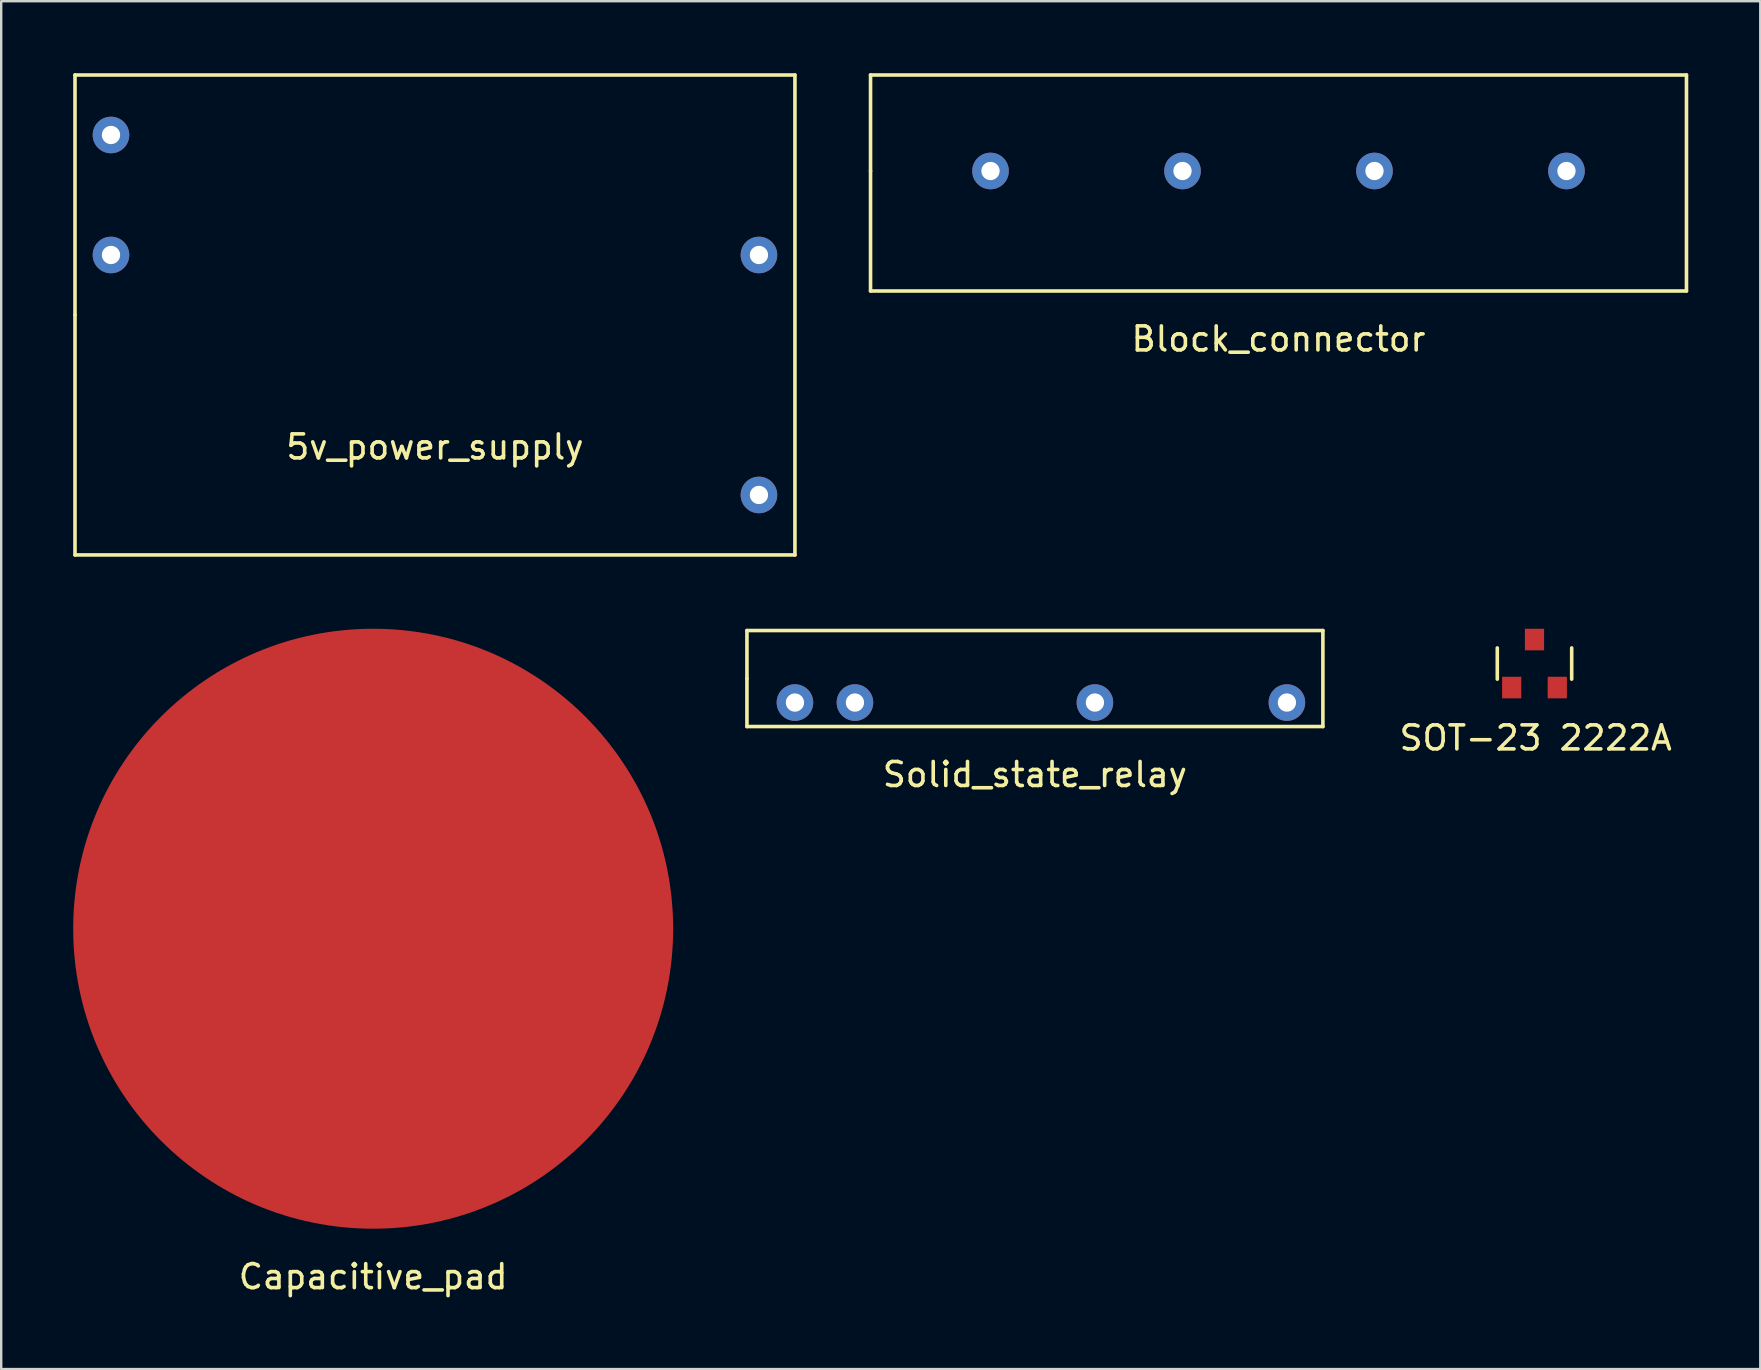
<source format=kicad_pcb>
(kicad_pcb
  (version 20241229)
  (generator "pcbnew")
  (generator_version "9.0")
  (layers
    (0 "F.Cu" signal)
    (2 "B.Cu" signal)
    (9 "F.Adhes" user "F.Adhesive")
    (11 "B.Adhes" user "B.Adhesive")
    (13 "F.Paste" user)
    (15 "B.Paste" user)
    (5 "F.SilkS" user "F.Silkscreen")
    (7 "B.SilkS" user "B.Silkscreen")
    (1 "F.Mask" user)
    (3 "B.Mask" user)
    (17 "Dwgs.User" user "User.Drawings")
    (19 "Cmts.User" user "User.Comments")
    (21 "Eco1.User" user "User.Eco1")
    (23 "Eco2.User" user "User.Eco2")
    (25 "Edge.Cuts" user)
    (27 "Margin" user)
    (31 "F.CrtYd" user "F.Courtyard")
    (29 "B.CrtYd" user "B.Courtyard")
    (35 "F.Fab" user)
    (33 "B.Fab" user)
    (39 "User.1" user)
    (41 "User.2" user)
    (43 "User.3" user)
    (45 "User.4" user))
  (footprint "Solid_state_relay"
    (layer "F.Cu")
    (at 40.075 25.225)
    (property "Reference" "Solid_state_relay" (at 0 4 0) (layer "F.SilkS") (effects (font (size 1 1) (thickness 0.15))))
    (attr through_hole)
    (fp_line (start -12 -2) (end 12 -2) (stroke (width 0.15) (type solid)) (layer "F.SilkS"))
    (fp_line (start -12 0) (end -12 -2) (stroke (width 0.15) (type solid)) (layer "F.SilkS"))
    (fp_line (start -12 2) (end -12 0) (stroke (width 0.15) (type solid)) (layer "F.SilkS"))
    (fp_line (start 12 -2) (end 12 2) (stroke (width 0.15) (type solid)) (layer "F.SilkS"))
    (fp_line (start 12 2) (end -12 2) (stroke (width 0.15) (type solid)) (layer "F.SilkS"))
    (pad "1" thru_hole circle (at 10.5 1) (size 1.524 1.524) (drill 0.762) (layers "*.Cu" "*.Mask"))
    (pad "2" thru_hole circle (at 2.5 1) (size 1.524 1.524) (drill 0.762) (layers "*.Cu" "*.Mask"))
    (pad "3" thru_hole circle (at -10 1) (size 1.524 1.524) (drill 0.762) (layers "*.Cu" "*.Mask"))
    (pad "4" thru_hole circle (at -7.5 1) (size 1.524 1.524) (drill 0.762) (layers "*.Cu" "*.Mask")))
  (footprint "Capacitive_pad"
    (layer "F.Cu")
    (at 12.5 35.65)
    (property "Reference" "Capacitive_pad" (at 0 14.5 0) (layer "F.SilkS") (effects (font (size 1 1) (thickness 0.15))))
    (attr through_hole)
    (pad "1" smd circle (at 0 0) (size 25 25) (layers "F.Cu" "F.Mask" "F.Paste")))
  (footprint "5v_power_supply"
    (layer "F.Cu")
    (at 15.075 10.075)
    (property "Reference" "5v_power_supply" (at 0 5.5 0) (layer "F.SilkS") (effects (font (size 1 1) (thickness 0.15))))
    (attr through_hole)
    (fp_line (start -15 -10) (end 15 -10) (stroke (width 0.15) (type solid)) (layer "F.SilkS"))
    (fp_line (start -15 0) (end -15 -10) (stroke (width 0.15) (type solid)) (layer "F.SilkS"))
    (fp_line (start -15 10) (end -15 0) (stroke (width 0.15) (type solid)) (layer "F.SilkS"))
    (fp_line (start 15 -10) (end 15 10) (stroke (width 0.15) (type solid)) (layer "F.SilkS"))
    (fp_line (start 15 10) (end -15 10) (stroke (width 0.15) (type solid)) (layer "F.SilkS"))
    (pad "1" thru_hole circle (at -13.5 -2.5) (size 1.524 1.524) (drill 0.762) (layers "*.Cu" "*.Mask"))
    (pad "2" thru_hole circle (at -13.5 -7.5) (size 1.524 1.524) (drill 0.762) (layers "*.Cu" "*.Mask"))
    (pad "3" thru_hole circle (at 13.5 7.5) (size 1.524 1.524) (drill 0.762) (layers "*.Cu" "*.Mask"))
    (pad "4" thru_hole circle (at 13.5 -2.5) (size 1.524 1.524) (drill 0.762) (layers "*.Cu" "*.Mask")))
  (footprint "Block_connector"
    (layer "F.Cu")
    (at 50.225 4.075)
    (property "Reference" "Block_connector" (at 0 7 0) (layer "F.SilkS") (effects (font (size 1 1) (thickness 0.15))))
    (attr through_hole)
    (fp_line (start -17 -4) (end -17 0) (stroke (width 0.15) (type solid)) (layer "F.SilkS"))
    (fp_line (start -17 0) (end -17 5) (stroke (width 0.15) (type solid)) (layer "F.SilkS"))
    (fp_line (start -17 5) (end 17 5) (stroke (width 0.15) (type solid)) (layer "F.SilkS"))
    (fp_line (start 17 -4) (end -17 -4) (stroke (width 0.15) (type solid)) (layer "F.SilkS"))
    (fp_line (start 17 5) (end 17 -4) (stroke (width 0.15) (type solid)) (layer "F.SilkS"))
    (pad "1" thru_hole circle (at -12 0) (size 1.524 1.524) (drill 0.762) (layers "*.Cu" "*.Mask"))
    (pad "2" thru_hole circle (at -4 0) (size 1.524 1.524) (drill 0.762) (layers "*.Cu" "*.Mask"))
    (pad "3" thru_hole circle (at 4 0) (size 1.524 1.524) (drill 0.762) (layers "*.Cu" "*.Mask"))
    (pad "4" thru_hole circle (at 12 0) (size 1.524 1.524) (drill 0.762) (layers "*.Cu" "*.Mask")))
  (footprint "SOT-23 2222A"
    (layer "F.Cu")
    (at 60.892 25.25)
    (property "Reference" "SOT-23 2222A" (at 0.05 2.45 0) (layer "F.SilkS") (effects (font (size 1 1) (thickness 0.15))))
    (attr through_hole)
    (fp_line (start -1.55 0) (end -1.55 -1.3) (stroke (width 0.15) (type solid)) (layer "F.SilkS"))
    (fp_line (start 1.55 -1.3) (end 1.55 0) (stroke (width 0.15) (type solid)) (layer "F.SilkS"))
    (pad "1" smd rect (at 0.95 0.35) (size 0.8 0.9) (layers "F.Cu" "F.Mask" "F.Paste"))
    (pad "2" smd rect (at -0.95 0.35) (size 0.8 0.9) (layers "F.Cu" "F.Mask" "F.Paste"))
    (pad "3" smd rect (at 0 -1.65) (size 0.8 0.9) (layers "F.Cu" "F.Mask" "F.Paste")))
  (gr_rect
    (start -3 -3)
    (end 70.3 53.998)
    (stroke (width 0.1) (type default))
    (fill no)
    (layer "Edge.Cuts")))
</source>
